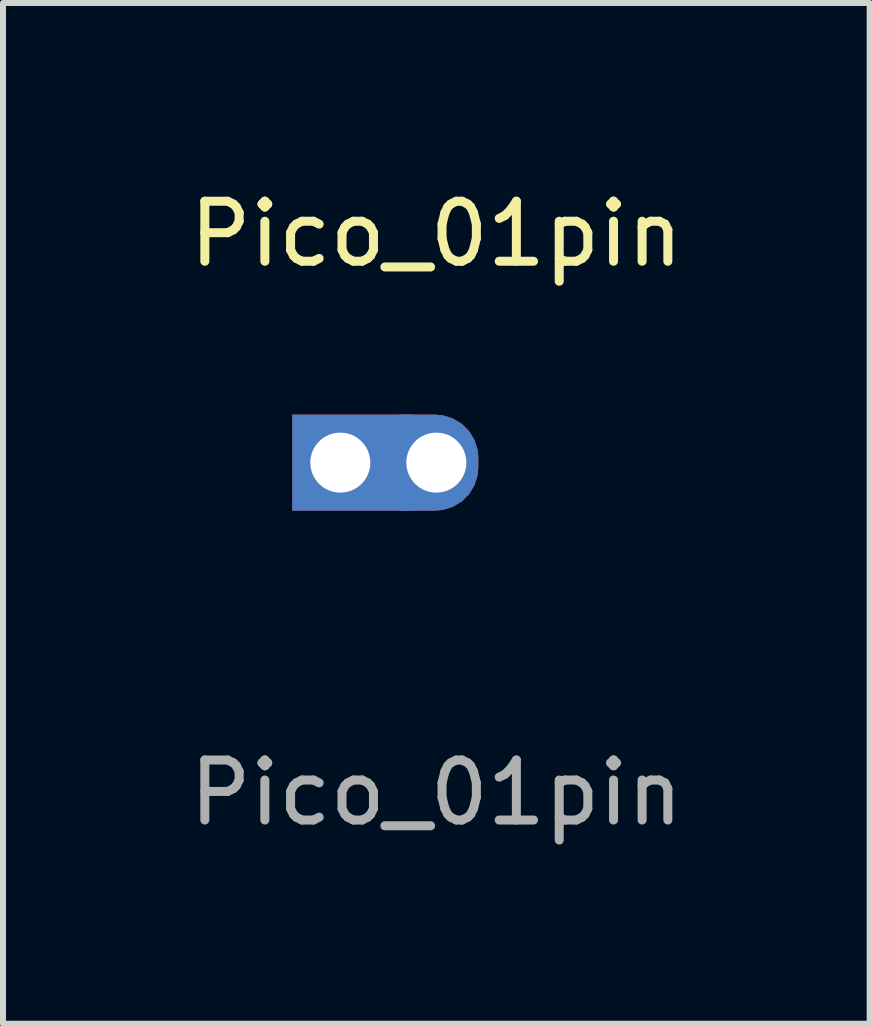
<source format=kicad_pcb>
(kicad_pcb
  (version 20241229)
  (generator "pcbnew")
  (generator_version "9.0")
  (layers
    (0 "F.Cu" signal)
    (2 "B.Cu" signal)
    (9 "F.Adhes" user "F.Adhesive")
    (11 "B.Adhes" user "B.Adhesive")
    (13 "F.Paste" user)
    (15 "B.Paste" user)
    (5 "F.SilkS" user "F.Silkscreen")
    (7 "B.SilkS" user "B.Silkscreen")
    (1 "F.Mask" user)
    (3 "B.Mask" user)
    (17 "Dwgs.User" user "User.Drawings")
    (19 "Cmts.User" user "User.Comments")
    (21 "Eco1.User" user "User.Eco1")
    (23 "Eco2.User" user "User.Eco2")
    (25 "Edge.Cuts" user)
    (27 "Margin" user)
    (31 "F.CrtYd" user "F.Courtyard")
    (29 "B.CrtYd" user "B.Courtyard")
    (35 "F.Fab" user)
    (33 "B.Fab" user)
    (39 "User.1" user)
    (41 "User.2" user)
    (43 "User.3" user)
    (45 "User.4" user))
  (footprint "Pico_01pin"
    (layer "F.Cu")
    (at 4.22 4.658)
    (property "Reference" "Pico_01pin" (at 0 -3.81 0) (unlocked yes) (layer "F.SilkS") (effects (font (size 1 1) (thickness 0.15))))
    (attr through_hole)
    (fp_line (start -1.6 -2.54) (end -1.6 2.54) (stroke (width 0.12) (type default)) (layer "User.4"))
    (fp_text user "${REFERENCE}" (at 0 5.5 0) (unlocked yes) (layer "F.Fab") (effects (font (size 1 1) (thickness 0.15))))
    (fp_text user "CUT" (at -1.344 -2.521 270) (unlocked yes) (layer "User.4") (effects (font (size 0.5 0.5) (thickness 0.08)) (justify left bottom)))
    (pad "1" thru_hole rect (at -1.6 0) (size 2 1.6) (drill 1 (offset 0.2 0)) (layers "*.Cu" "*.Mask"))
    (pad "1" thru_hole roundrect (at 0 0) (size 2 1.6) (drill 1 (offset -0.3 0)) (layers "*.Cu" "*.Mask") (roundrect_rratio 0.45)))
  (gr_rect
    (start -3 -3)
    (end 11.44 14.007)
    (stroke (width 0.1) (type default))
    (fill no)
    (layer "Edge.Cuts")))
</source>
